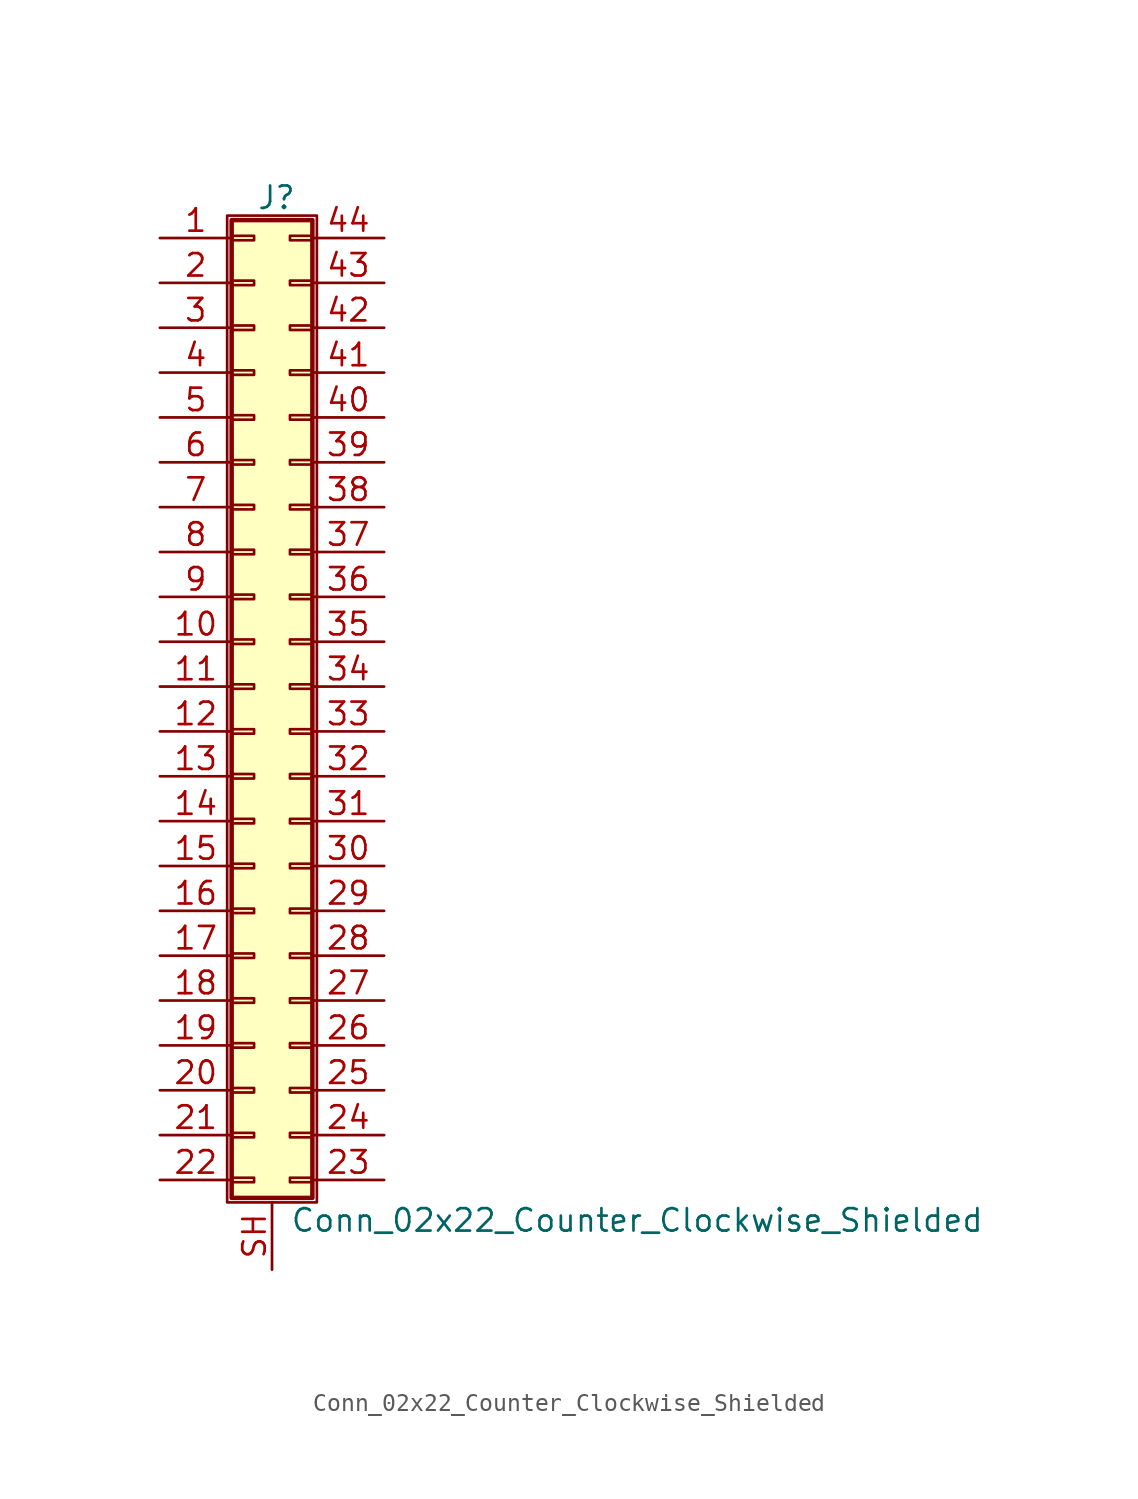
<source format=kicad_sym>
(kicad_symbol_lib
  (version 20220914)
  (generator kicad_symbol_editor)
  (symbol "Conn_02x22_Counter_Clockwise_Shielded"
    (pin_names
      (offset 1.016) hide)
    (property "Reference" "J"
      (at 1.524 27.686 0)
      (effects (font (size 1.27 1.27))))
    (property "Value" "Conn_02x22_Counter_Clockwise_Shielded"
      (at 2.286 -30.226 0)
      (effects (font (size 1.27 1.27)) (justify left)))
    (symbol "Conn_02x22_Counter_Clockwise_Shielded_1_1"
      (rectangle (start -1.27 26.67) (end 3.81 -29.21) (stroke (width 0.152) (type default)) (fill (type none)))
      (rectangle (start -1.016 -27.813) (end 0.254 -28.067) (stroke (width 0.152) (type default)) (fill (type none)))
      (rectangle (start -1.016 -25.273) (end 0.254 -25.527) (stroke (width 0.152) (type default)) (fill (type none)))
      (rectangle (start -1.016 -22.733) (end 0.254 -22.987) (stroke (width 0.152) (type default)) (fill (type none)))
      (rectangle (start -1.016 -20.193) (end 0.254 -20.447) (stroke (width 0.152) (type default)) (fill (type none)))
      (rectangle (start -1.016 -17.653) (end 0.254 -17.907) (stroke (width 0.152) (type default)) (fill (type none)))
      (rectangle (start -1.016 -15.113) (end 0.254 -15.367) (stroke (width 0.152) (type default)) (fill (type none)))
      (rectangle (start -1.016 -12.573) (end 0.254 -12.827) (stroke (width 0.152) (type default)) (fill (type none)))
      (rectangle (start -1.016 -10.033) (end 0.254 -10.287) (stroke (width 0.152) (type default)) (fill (type none)))
      (rectangle (start -1.016 -7.493) (end 0.254 -7.747) (stroke (width 0.152) (type default)) (fill (type none)))
      (rectangle (start -1.016 -4.953) (end 0.254 -5.207) (stroke (width 0.152) (type default)) (fill (type none)))
      (rectangle (start -1.016 -2.413) (end 0.254 -2.667) (stroke (width 0.152) (type default)) (fill (type none)))
      (rectangle (start -1.016 0.127) (end 0.254 -0.127) (stroke (width 0.152) (type default)) (fill (type none)))
      (rectangle (start -1.016 2.667) (end 0.254 2.413) (stroke (width 0.152) (type default)) (fill (type none)))
      (rectangle (start -1.016 5.207) (end 0.254 4.953) (stroke (width 0.152) (type default)) (fill (type none)))
      (rectangle (start -1.016 7.747) (end 0.254 7.493) (stroke (width 0.152) (type default)) (fill (type none)))
      (rectangle (start -1.016 10.287) (end 0.254 10.033) (stroke (width 0.152) (type default)) (fill (type none)))
      (rectangle (start -1.016 12.827) (end 0.254 12.573) (stroke (width 0.152) (type default)) (fill (type none)))
      (rectangle (start -1.016 15.367) (end 0.254 15.113) (stroke (width 0.152) (type default)) (fill (type none)))
      (rectangle (start -1.016 17.907) (end 0.254 17.653) (stroke (width 0.152) (type default)) (fill (type none)))
      (rectangle (start -1.016 20.447) (end 0.254 20.193) (stroke (width 0.152) (type default)) (fill (type none)))
      (rectangle (start -1.016 22.987) (end 0.254 22.733) (stroke (width 0.152) (type default)) (fill (type none)))
      (rectangle (start -1.016 25.527) (end 0.254 25.273) (stroke (width 0.152) (type default)) (fill (type none)))
      (rectangle (start -1.016 26.416) (end 3.556 -28.956) (stroke (width 0.254) (type default)) (fill (type background)))
      (rectangle (start 3.556 -27.813) (end 2.286 -28.067) (stroke (width 0.152) (type default)) (fill (type none)))
      (rectangle (start 3.556 -25.273) (end 2.286 -25.527) (stroke (width 0.152) (type default)) (fill (type none)))
      (rectangle (start 3.556 -22.733) (end 2.286 -22.987) (stroke (width 0.152) (type default)) (fill (type none)))
      (rectangle (start 3.556 -20.193) (end 2.286 -20.447) (stroke (width 0.152) (type default)) (fill (type none)))
      (rectangle (start 3.556 -17.653) (end 2.286 -17.907) (stroke (width 0.152) (type default)) (fill (type none)))
      (rectangle (start 3.556 -15.113) (end 2.286 -15.367) (stroke (width 0.152) (type default)) (fill (type none)))
      (rectangle (start 3.556 -12.573) (end 2.286 -12.827) (stroke (width 0.152) (type default)) (fill (type none)))
      (rectangle (start 3.556 -10.033) (end 2.286 -10.287) (stroke (width 0.152) (type default)) (fill (type none)))
      (rectangle (start 3.556 -7.493) (end 2.286 -7.747) (stroke (width 0.152) (type default)) (fill (type none)))
      (rectangle (start 3.556 -4.953) (end 2.286 -5.207) (stroke (width 0.152) (type default)) (fill (type none)))
      (rectangle (start 3.556 -2.413) (end 2.286 -2.667) (stroke (width 0.152) (type default)) (fill (type none)))
      (rectangle (start 3.556 0.127) (end 2.286 -0.127) (stroke (width 0.152) (type default)) (fill (type none)))
      (rectangle (start 3.556 2.667) (end 2.286 2.413) (stroke (width 0.152) (type default)) (fill (type none)))
      (rectangle (start 3.556 5.207) (end 2.286 4.953) (stroke (width 0.152) (type default)) (fill (type none)))
      (rectangle (start 3.556 7.747) (end 2.286 7.493) (stroke (width 0.152) (type default)) (fill (type none)))
      (rectangle (start 3.556 10.287) (end 2.286 10.033) (stroke (width 0.152) (type default)) (fill (type none)))
      (rectangle (start 3.556 12.827) (end 2.286 12.573) (stroke (width 0.152) (type default)) (fill (type none)))
      (rectangle (start 3.556 15.367) (end 2.286 15.113) (stroke (width 0.152) (type default)) (fill (type none)))
      (rectangle (start 3.556 17.907) (end 2.286 17.653) (stroke (width 0.152) (type default)) (fill (type none)))
      (rectangle (start 3.556 20.447) (end 2.286 20.193) (stroke (width 0.152) (type default)) (fill (type none)))
      (rectangle (start 3.556 22.987) (end 2.286 22.733) (stroke (width 0.152) (type default)) (fill (type none)))
      (rectangle (start 3.556 25.527) (end 2.286 25.273) (stroke (width 0.152) (type default)) (fill (type none)))
      (pin passive line (at -5.08 25.4 0) (length 4.064) (name "Pin_1" (effects (font (size 1.27 1.27)))) (number "1" (effects (font (size 1.27 1.27)))))
      (pin passive line (at -5.08 2.54 0) (length 4.064) (name "Pin_10" (effects (font (size 1.27 1.27)))) (number "10" (effects (font (size 1.27 1.27)))))
      (pin passive line (at -5.08 0 0) (length 4.064) (name "Pin_11" (effects (font (size 1.27 1.27)))) (number "11" (effects (font (size 1.27 1.27)))))
      (pin passive line (at -5.08 -2.54 0) (length 4.064) (name "Pin_12" (effects (font (size 1.27 1.27)))) (number "12" (effects (font (size 1.27 1.27)))))
      (pin passive line (at -5.08 -5.08 0) (length 4.064) (name "Pin_13" (effects (font (size 1.27 1.27)))) (number "13" (effects (font (size 1.27 1.27)))))
      (pin passive line (at -5.08 -7.62 0) (length 4.064) (name "Pin_14" (effects (font (size 1.27 1.27)))) (number "14" (effects (font (size 1.27 1.27)))))
      (pin passive line (at -5.08 -10.16 0) (length 4.064) (name "Pin_15" (effects (font (size 1.27 1.27)))) (number "15" (effects (font (size 1.27 1.27)))))
      (pin passive line (at -5.08 -12.7 0) (length 4.064) (name "Pin_16" (effects (font (size 1.27 1.27)))) (number "16" (effects (font (size 1.27 1.27)))))
      (pin passive line (at -5.08 -15.24 0) (length 4.064) (name "Pin_17" (effects (font (size 1.27 1.27)))) (number "17" (effects (font (size 1.27 1.27)))))
      (pin passive line (at -5.08 -17.78 0) (length 4.064) (name "Pin_18" (effects (font (size 1.27 1.27)))) (number "18" (effects (font (size 1.27 1.27)))))
      (pin passive line (at -5.08 -20.32 0) (length 4.064) (name "Pin_19" (effects (font (size 1.27 1.27)))) (number "19" (effects (font (size 1.27 1.27)))))
      (pin passive line (at -5.08 22.86 0) (length 4.064) (name "Pin_2" (effects (font (size 1.27 1.27)))) (number "2" (effects (font (size 1.27 1.27)))))
      (pin passive line (at -5.08 -22.86 0) (length 4.064) (name "Pin_20" (effects (font (size 1.27 1.27)))) (number "20" (effects (font (size 1.27 1.27)))))
      (pin passive line (at -5.08 -25.4 0) (length 4.064) (name "Pin_21" (effects (font (size 1.27 1.27)))) (number "21" (effects (font (size 1.27 1.27)))))
      (pin passive line (at -5.08 -27.94 0) (length 4.064) (name "Pin_22" (effects (font (size 1.27 1.27)))) (number "22" (effects (font (size 1.27 1.27)))))
      (pin passive line (at 7.62 -27.94 180) (length 4.064) (name "Pin_23" (effects (font (size 1.27 1.27)))) (number "23" (effects (font (size 1.27 1.27)))))
      (pin passive line (at 7.62 -25.4 180) (length 4.064) (name "Pin_24" (effects (font (size 1.27 1.27)))) (number "24" (effects (font (size 1.27 1.27)))))
      (pin passive line (at 7.62 -22.86 180) (length 4.064) (name "Pin_25" (effects (font (size 1.27 1.27)))) (number "25" (effects (font (size 1.27 1.27)))))
      (pin passive line (at 7.62 -20.32 180) (length 4.064) (name "Pin_26" (effects (font (size 1.27 1.27)))) (number "26" (effects (font (size 1.27 1.27)))))
      (pin passive line (at 7.62 -17.78 180) (length 4.064) (name "Pin_27" (effects (font (size 1.27 1.27)))) (number "27" (effects (font (size 1.27 1.27)))))
      (pin passive line (at 7.62 -15.24 180) (length 4.064) (name "Pin_28" (effects (font (size 1.27 1.27)))) (number "28" (effects (font (size 1.27 1.27)))))
      (pin passive line (at 7.62 -12.7 180) (length 4.064) (name "Pin_29" (effects (font (size 1.27 1.27)))) (number "29" (effects (font (size 1.27 1.27)))))
      (pin passive line (at -5.08 20.32 0) (length 4.064) (name "Pin_3" (effects (font (size 1.27 1.27)))) (number "3" (effects (font (size 1.27 1.27)))))
      (pin passive line (at 7.62 -10.16 180) (length 4.064) (name "Pin_30" (effects (font (size 1.27 1.27)))) (number "30" (effects (font (size 1.27 1.27)))))
      (pin passive line (at 7.62 -7.62 180) (length 4.064) (name "Pin_31" (effects (font (size 1.27 1.27)))) (number "31" (effects (font (size 1.27 1.27)))))
      (pin passive line (at 7.62 -5.08 180) (length 4.064) (name "Pin_32" (effects (font (size 1.27 1.27)))) (number "32" (effects (font (size 1.27 1.27)))))
      (pin passive line (at 7.62 -2.54 180) (length 4.064) (name "Pin_33" (effects (font (size 1.27 1.27)))) (number "33" (effects (font (size 1.27 1.27)))))
      (pin passive line (at 7.62 0 180) (length 4.064) (name "Pin_34" (effects (font (size 1.27 1.27)))) (number "34" (effects (font (size 1.27 1.27)))))
      (pin passive line (at 7.62 2.54 180) (length 4.064) (name "Pin_35" (effects (font (size 1.27 1.27)))) (number "35" (effects (font (size 1.27 1.27)))))
      (pin passive line (at 7.62 5.08 180) (length 4.064) (name "Pin_36" (effects (font (size 1.27 1.27)))) (number "36" (effects (font (size 1.27 1.27)))))
      (pin passive line (at 7.62 7.62 180) (length 4.064) (name "Pin_37" (effects (font (size 1.27 1.27)))) (number "37" (effects (font (size 1.27 1.27)))))
      (pin passive line (at 7.62 10.16 180) (length 4.064) (name "Pin_38" (effects (font (size 1.27 1.27)))) (number "38" (effects (font (size 1.27 1.27)))))
      (pin passive line (at 7.62 12.7 180) (length 4.064) (name "Pin_39" (effects (font (size 1.27 1.27)))) (number "39" (effects (font (size 1.27 1.27)))))
      (pin passive line (at -5.08 17.78 0) (length 4.064) (name "Pin_4" (effects (font (size 1.27 1.27)))) (number "4" (effects (font (size 1.27 1.27)))))
      (pin passive line (at 7.62 15.24 180) (length 4.064) (name "Pin_40" (effects (font (size 1.27 1.27)))) (number "40" (effects (font (size 1.27 1.27)))))
      (pin passive line (at 7.62 17.78 180) (length 4.064) (name "Pin_41" (effects (font (size 1.27 1.27)))) (number "41" (effects (font (size 1.27 1.27)))))
      (pin passive line (at 7.62 20.32 180) (length 4.064) (name "Pin_42" (effects (font (size 1.27 1.27)))) (number "42" (effects (font (size 1.27 1.27)))))
      (pin passive line (at 7.62 22.86 180) (length 4.064) (name "Pin_43" (effects (font (size 1.27 1.27)))) (number "43" (effects (font (size 1.27 1.27)))))
      (pin passive line (at 7.62 25.4 180) (length 4.064) (name "Pin_44" (effects (font (size 1.27 1.27)))) (number "44" (effects (font (size 1.27 1.27)))))
      (pin passive line (at -5.08 15.24 0) (length 4.064) (name "Pin_5" (effects (font (size 1.27 1.27)))) (number "5" (effects (font (size 1.27 1.27)))))
      (pin passive line (at -5.08 12.7 0) (length 4.064) (name "Pin_6" (effects (font (size 1.27 1.27)))) (number "6" (effects (font (size 1.27 1.27)))))
      (pin passive line (at -5.08 10.16 0) (length 4.064) (name "Pin_7" (effects (font (size 1.27 1.27)))) (number "7" (effects (font (size 1.27 1.27)))))
      (pin passive line (at -5.08 7.62 0) (length 4.064) (name "Pin_8" (effects (font (size 1.27 1.27)))) (number "8" (effects (font (size 1.27 1.27)))))
      (pin passive line (at -5.08 5.08 0) (length 4.064) (name "Pin_9" (effects (font (size 1.27 1.27)))) (number "9" (effects (font (size 1.27 1.27)))))
      (pin passive line (at 1.27 -33.02 90) (length 3.81) (name "Shield" (effects (font (size 1.27 1.27)))) (number "SH" (effects (font (size 1.27 1.27))))))))
</source>
